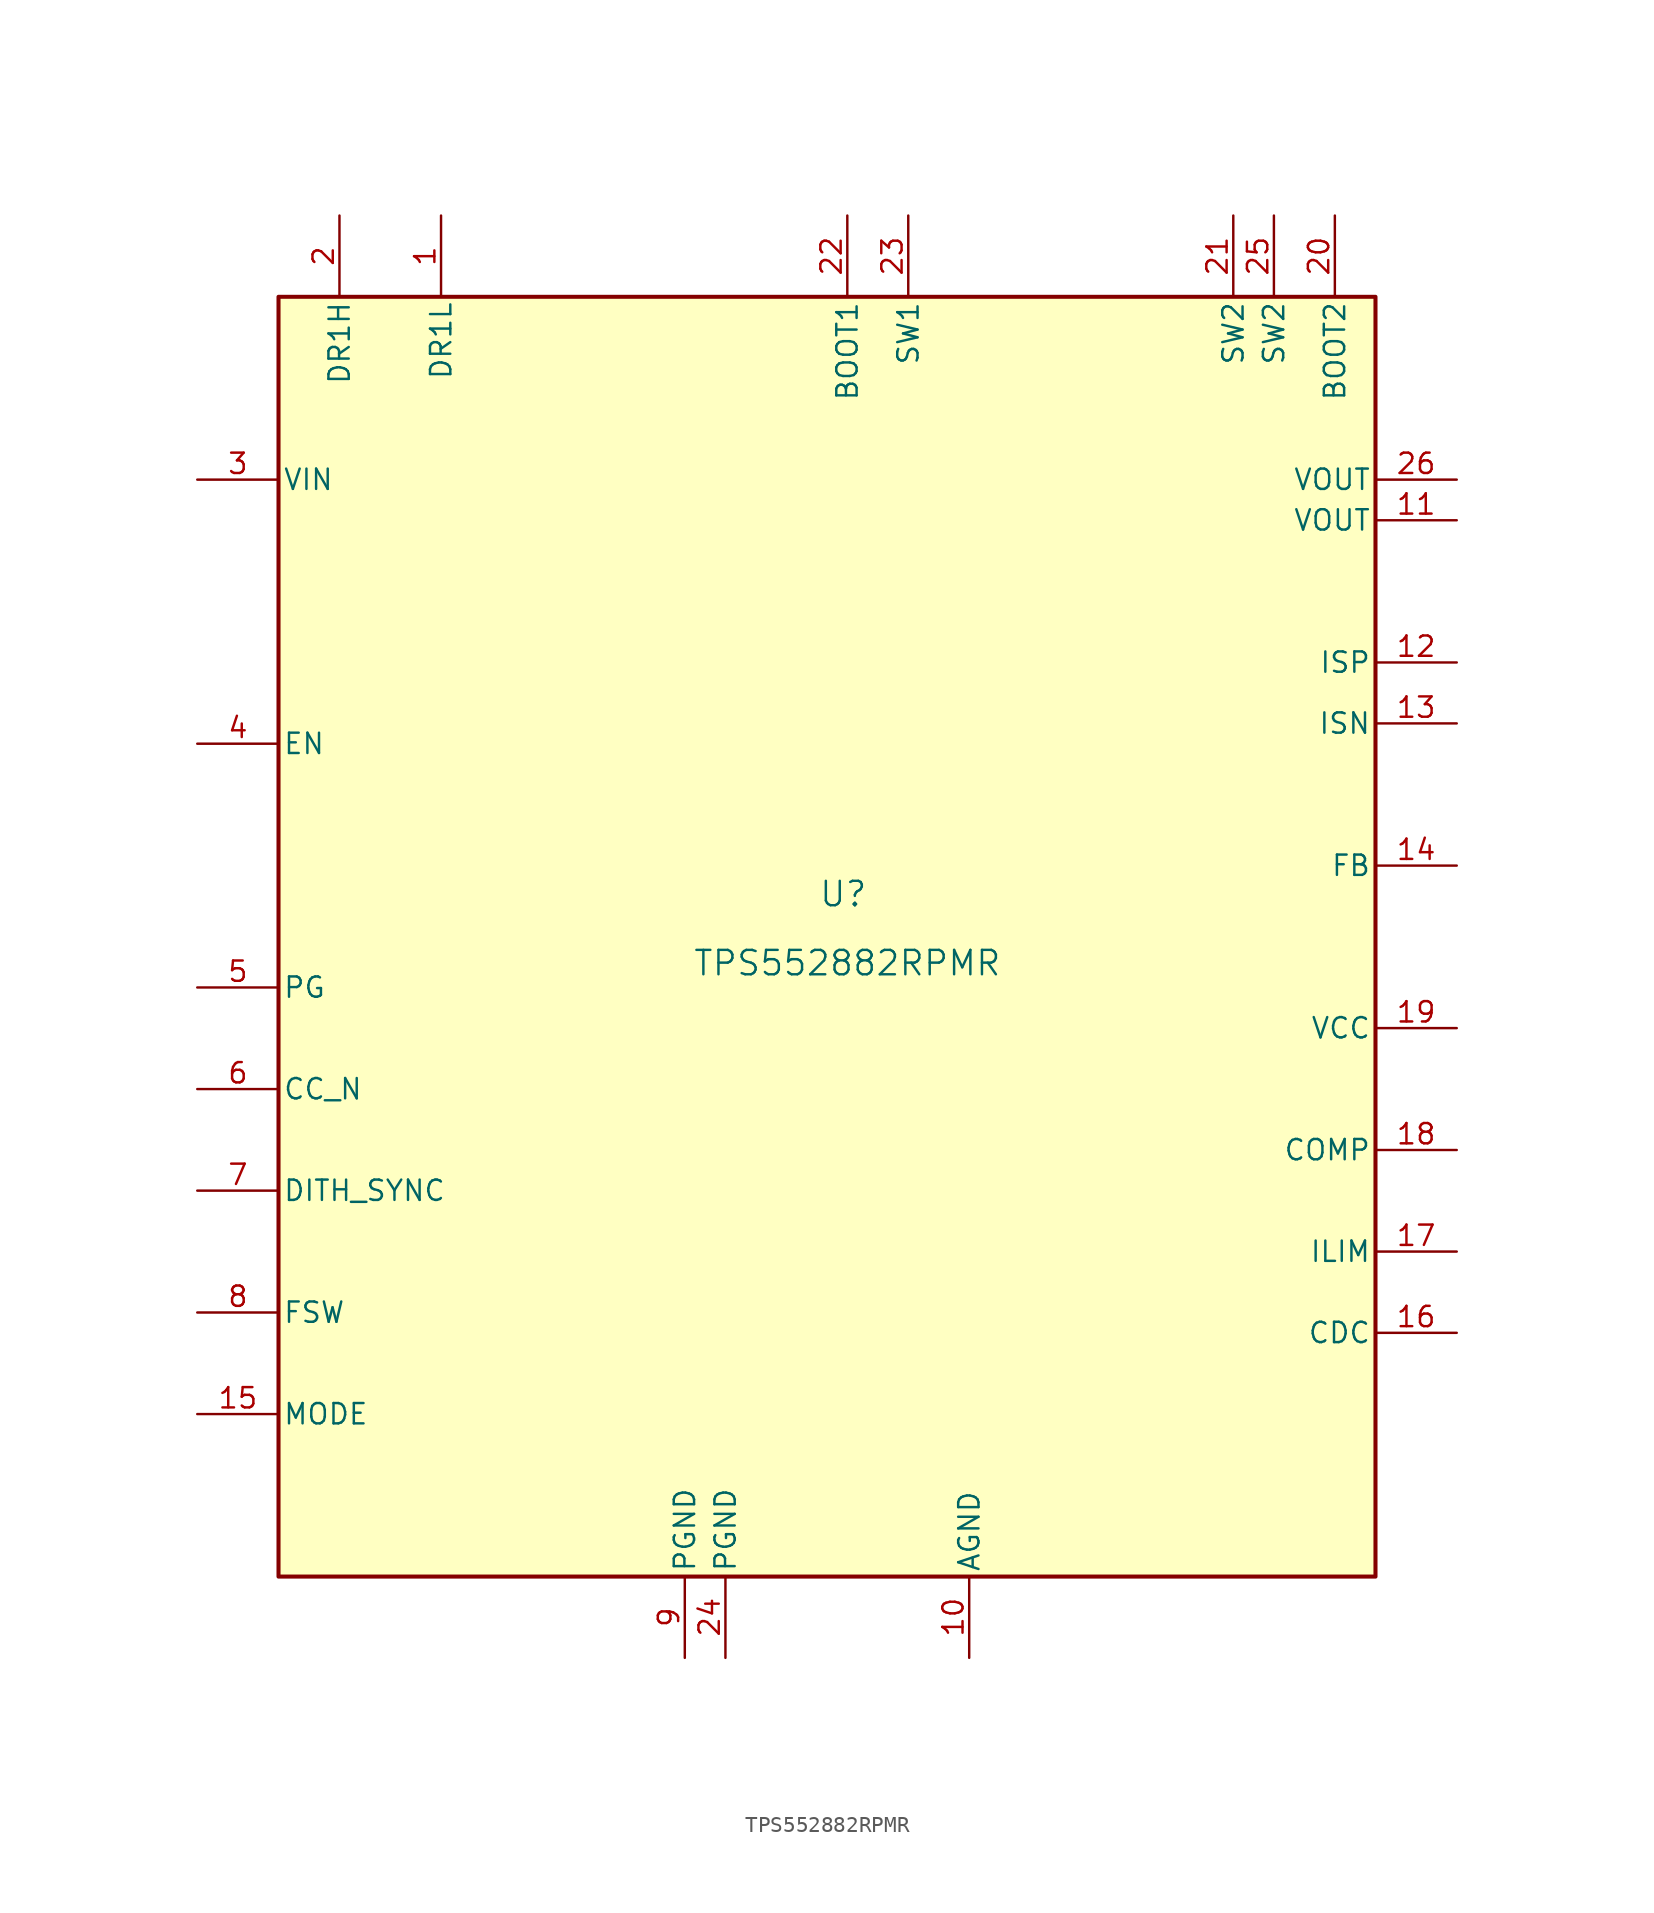
<source format=kicad_sym>
(kicad_symbol_lib
  (version 20231120)
  (generator "kicad_symbol_editor")
  (generator_version "8.0")
  (symbol "TPS552882RPMR"
    (pin_names
      (offset 0.254))
    (property "Reference" "U"
      (at 17.526 5.842 0)
      (effects (font (size 1.524 1.524))))
    (property "Value" "TPS552882RPMR"
      (at 17.78 1.524 0)
      (effects (font (size 1.524 1.524))))
    (symbol "TPS552882RPMR_0_1"
      (pin output line (at -7.62 48.26 270) (length 5.08) (name "DR1L" (effects (font (size 1.27 1.27)))) (number "1" (effects (font (size 1.27 1.27)))))
      (pin power_in line (at 25.4 -41.91 90) (length 5.08) (name "AGND" (effects (font (size 1.27 1.27)))) (number "10" (effects (font (size 1.27 1.27)))))
      (pin input line (at 55.88 20.32 180) (length 5.08) (name "ISP" (effects (font (size 1.27 1.27)))) (number "12" (effects (font (size 1.27 1.27)))))
      (pin input line (at 55.88 16.51 180) (length 5.08) (name "ISN" (effects (font (size 1.27 1.27)))) (number "13" (effects (font (size 1.27 1.27)))))
      (pin input line (at 55.88 7.62 180) (length 5.08) (name "FB" (effects (font (size 1.27 1.27)))) (number "14" (effects (font (size 1.27 1.27)))))
      (pin input line (at -22.86 -26.67 0) (length 5.08) (name "MODE" (effects (font (size 1.27 1.27)))) (number "15" (effects (font (size 1.27 1.27)))))
      (pin output line (at 55.88 -21.59 180) (length 5.08) (name "CDC" (effects (font (size 1.27 1.27)))) (number "16" (effects (font (size 1.27 1.27)))))
      (pin output line (at 55.88 -16.51 180) (length 5.08) (name "ILIM" (effects (font (size 1.27 1.27)))) (number "17" (effects (font (size 1.27 1.27)))))
      (pin input line (at 55.88 -10.16 180) (length 5.08) (name "COMP" (effects (font (size 1.27 1.27)))) (number "18" (effects (font (size 1.27 1.27)))))
      (pin output line (at -13.97 48.26 270) (length 5.08) (name "DR1H" (effects (font (size 1.27 1.27)))) (number "2" (effects (font (size 1.27 1.27)))))
      (pin power_in line (at 10.16 -41.91 90) (length 5.08) (name "PGND" (effects (font (size 1.27 1.27)))) (number "24" (effects (font (size 1.27 1.27)))))
      (pin power_in line (at -22.86 31.75 0) (length 5.08) (name "VIN" (effects (font (size 1.27 1.27)))) (number "3" (effects (font (size 1.27 1.27)))))
      (pin input line (at -22.86 15.24 0) (length 5.08) (name "EN" (effects (font (size 1.27 1.27)))) (number "4" (effects (font (size 1.27 1.27)))))
      (pin output line (at -22.86 0 0) (length 5.08) (name "PG" (effects (font (size 1.27 1.27)))) (number "5" (effects (font (size 1.27 1.27)))))
      (pin output line (at -22.86 -6.35 0) (length 5.08) (name "CC_N" (effects (font (size 1.27 1.27)))) (number "6" (effects (font (size 1.27 1.27)))))
      (pin input line (at -22.86 -12.7 0) (length 5.08) (name "DITH_SYNC" (effects (font (size 1.27 1.27)))) (number "7" (effects (font (size 1.27 1.27)))))
      (pin input line (at -22.86 -20.32 0) (length 5.08) (name "FSW" (effects (font (size 1.27 1.27)))) (number "8" (effects (font (size 1.27 1.27)))))
      (pin power_in line (at 7.62 -41.91 90) (length 5.08) (name "PGND" (effects (font (size 1.27 1.27)))) (number "9" (effects (font (size 1.27 1.27))))))
    (symbol "TPS552882RPMR_1_1"
      (rectangle (start -17.78 43.18) (end 50.8 -36.83) (stroke (width 0.254) (type default)) (fill (type background)))
      (pin power_out line (at 55.88 29.21 180) (length 5.08) (name "VOUT" (effects (font (size 1.27 1.27)))) (number "11" (effects (font (size 1.27 1.27)))))
      (pin power_out line (at 55.88 -2.54 180) (length 5.08) (name "VCC" (effects (font (size 1.27 1.27)))) (number "19" (effects (font (size 1.27 1.27)))))
      (pin passive line (at 48.26 48.26 270) (length 5.08) (name "BOOT2" (effects (font (size 1.27 1.27)))) (number "20" (effects (font (size 1.27 1.27)))))
      (pin passive line (at 41.91 48.26 270) (length 5.08) (name "SW2" (effects (font (size 1.27 1.27)))) (number "21" (effects (font (size 1.27 1.27)))))
      (pin passive line (at 17.78 48.26 270) (length 5.08) (name "BOOT1" (effects (font (size 1.27 1.27)))) (number "22" (effects (font (size 1.27 1.27)))))
      (pin passive line (at 21.59 48.26 270) (length 5.08) (name "SW1" (effects (font (size 1.27 1.27)))) (number "23" (effects (font (size 1.27 1.27)))))
      (pin passive line (at 44.45 48.26 270) (length 5.08) (name "SW2" (effects (font (size 1.27 1.27)))) (number "25" (effects (font (size 1.27 1.27)))))
      (pin power_out line (at 55.88 31.75 180) (length 5.08) (name "VOUT" (effects (font (size 1.27 1.27)))) (number "26" (effects (font (size 1.27 1.27))))))))
</source>
